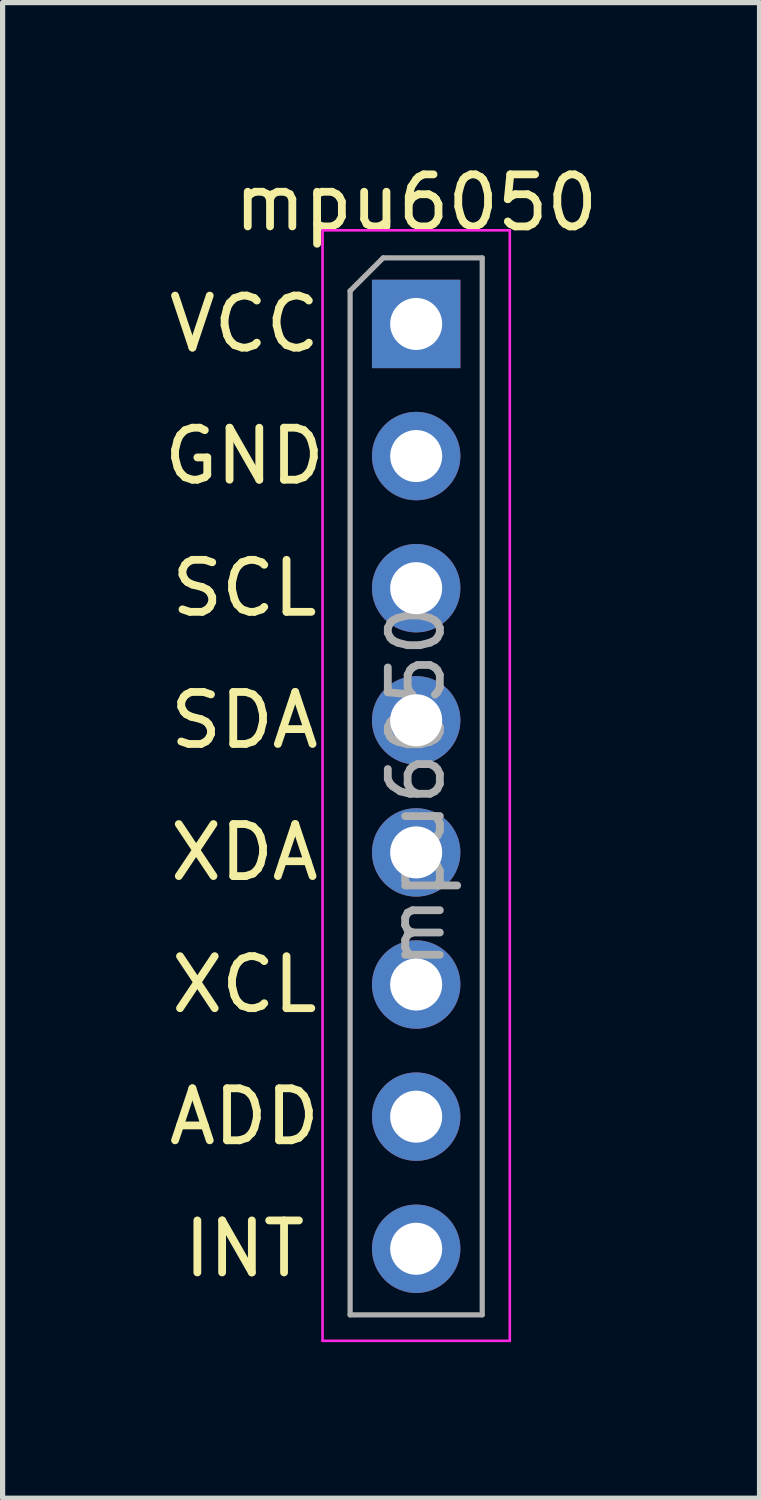
<source format=kicad_pcb>
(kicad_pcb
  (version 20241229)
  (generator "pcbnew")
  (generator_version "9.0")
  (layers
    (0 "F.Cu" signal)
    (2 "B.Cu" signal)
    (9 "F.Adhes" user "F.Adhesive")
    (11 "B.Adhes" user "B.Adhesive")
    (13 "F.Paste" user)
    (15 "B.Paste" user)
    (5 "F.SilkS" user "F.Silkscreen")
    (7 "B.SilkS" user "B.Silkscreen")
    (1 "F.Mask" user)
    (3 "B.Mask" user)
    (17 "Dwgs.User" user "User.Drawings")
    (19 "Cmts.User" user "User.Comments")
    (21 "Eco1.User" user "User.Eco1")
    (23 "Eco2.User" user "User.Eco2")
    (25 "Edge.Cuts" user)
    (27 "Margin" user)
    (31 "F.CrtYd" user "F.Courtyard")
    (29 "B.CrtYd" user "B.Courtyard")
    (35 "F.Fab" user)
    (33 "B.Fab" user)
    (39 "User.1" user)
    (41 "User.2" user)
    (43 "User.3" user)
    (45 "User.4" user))
  (footprint "mpu6050"
    (layer "F.Cu")
    (at 4.951 10.798)
    (property "Reference" "mpu6050" (at 0 -9.95 0) (layer "F.SilkS") (effects (font (size 1 1) (thickness 0.15))))
    (attr through_hole)
    (fp_line (start -1.8 -9.42) (end -1.8 11.93) (stroke (width 0.05) (type solid)) (layer "F.CrtYd"))
    (fp_line (start -1.8 11.93) (end 1.8 11.93) (stroke (width 0.05) (type solid)) (layer "F.CrtYd"))
    (fp_line (start 1.8 -9.42) (end -1.8 -9.42) (stroke (width 0.05) (type solid)) (layer "F.CrtYd"))
    (fp_line (start 1.8 11.93) (end 1.8 -9.42) (stroke (width 0.05) (type solid)) (layer "F.CrtYd"))
    (fp_line (start -1.27 -8.255) (end -0.635 -8.89) (stroke (width 0.1) (type solid)) (layer "F.Fab"))
    (fp_line (start -1.27 11.43) (end -1.27 -8.255) (stroke (width 0.1) (type solid)) (layer "F.Fab"))
    (fp_line (start -0.635 -8.89) (end 1.27 -8.89) (stroke (width 0.1) (type solid)) (layer "F.Fab"))
    (fp_line (start 1.27 -8.89) (end 1.27 11.43) (stroke (width 0.1) (type solid)) (layer "F.Fab"))
    (fp_line (start 1.27 11.43) (end -1.27 11.43) (stroke (width 0.1) (type solid)) (layer "F.Fab"))
    (fp_text user "VCC" (at -3.302 -7.62 0) (unlocked yes) (layer "F.SilkS") (effects (font (size 1 1) (thickness 0.15))))
    (fp_text user "ADD" (at -3.302 7.62 0) (unlocked yes) (layer "F.SilkS") (effects (font (size 1 1) (thickness 0.15))))
    (fp_text user "XDA" (at -3.302 2.54 0) (unlocked yes) (layer "F.SilkS") (effects (font (size 1 1) (thickness 0.15))))
    (fp_text user "XCL" (at -3.302 5.08 0) (unlocked yes) (layer "F.SilkS") (effects (font (size 1 1) (thickness 0.15))))
    (fp_text user "INT" (at -3.302 10.16 0) (unlocked yes) (layer "F.SilkS") (effects (font (size 1 1) (thickness 0.15))))
    (fp_text user "SDA" (at -3.302 0 0) (unlocked yes) (layer "F.SilkS") (effects (font (size 1 1) (thickness 0.15))))
    (fp_text user "GND" (at -3.302 -5.08 0) (unlocked yes) (layer "F.SilkS") (effects (font (size 1 1) (thickness 0.15))))
    (fp_text user "SCL" (at -3.302 -2.54 0) (unlocked yes) (layer "F.SilkS") (effects (font (size 1 1) (thickness 0.15))))
    (fp_text user "${REFERENCE}" (at 0 1.27 90) (layer "F.Fab") (effects (font (size 1 1) (thickness 0.15))))
    (pad "1" thru_hole rect (at 0 -7.62) (size 1.7 1.7) (drill 1) (layers "*.Cu" "*.Mask"))
    (pad "2" thru_hole oval (at 0 -5.08) (size 1.7 1.7) (drill 1) (layers "*.Cu" "*.Mask"))
    (pad "3" thru_hole oval (at 0 -2.54) (size 1.7 1.7) (drill 1) (layers "*.Cu" "*.Mask"))
    (pad "4" thru_hole oval (at 0 0) (size 1.7 1.7) (drill 1) (layers "*.Cu" "*.Mask"))
    (pad "5" thru_hole oval (at 0 2.54) (size 1.7 1.7) (drill 1) (layers "*.Cu" "*.Mask"))
    (pad "6" thru_hole oval (at 0 5.08) (size 1.7 1.7) (drill 1) (layers "*.Cu" "*.Mask"))
    (pad "7" thru_hole oval (at 0 7.62) (size 1.7 1.7) (drill 1) (layers "*.Cu" "*.Mask"))
    (pad "8" thru_hole oval (at 0 10.16) (size 1.7 1.7) (drill 1) (layers "*.Cu" "*.Mask")))
  (gr_rect
    (start -3 -3)
    (end 11.552 25.753)
    (stroke (width 0.1) (type default))
    (fill no)
    (layer "Edge.Cuts")))
</source>
